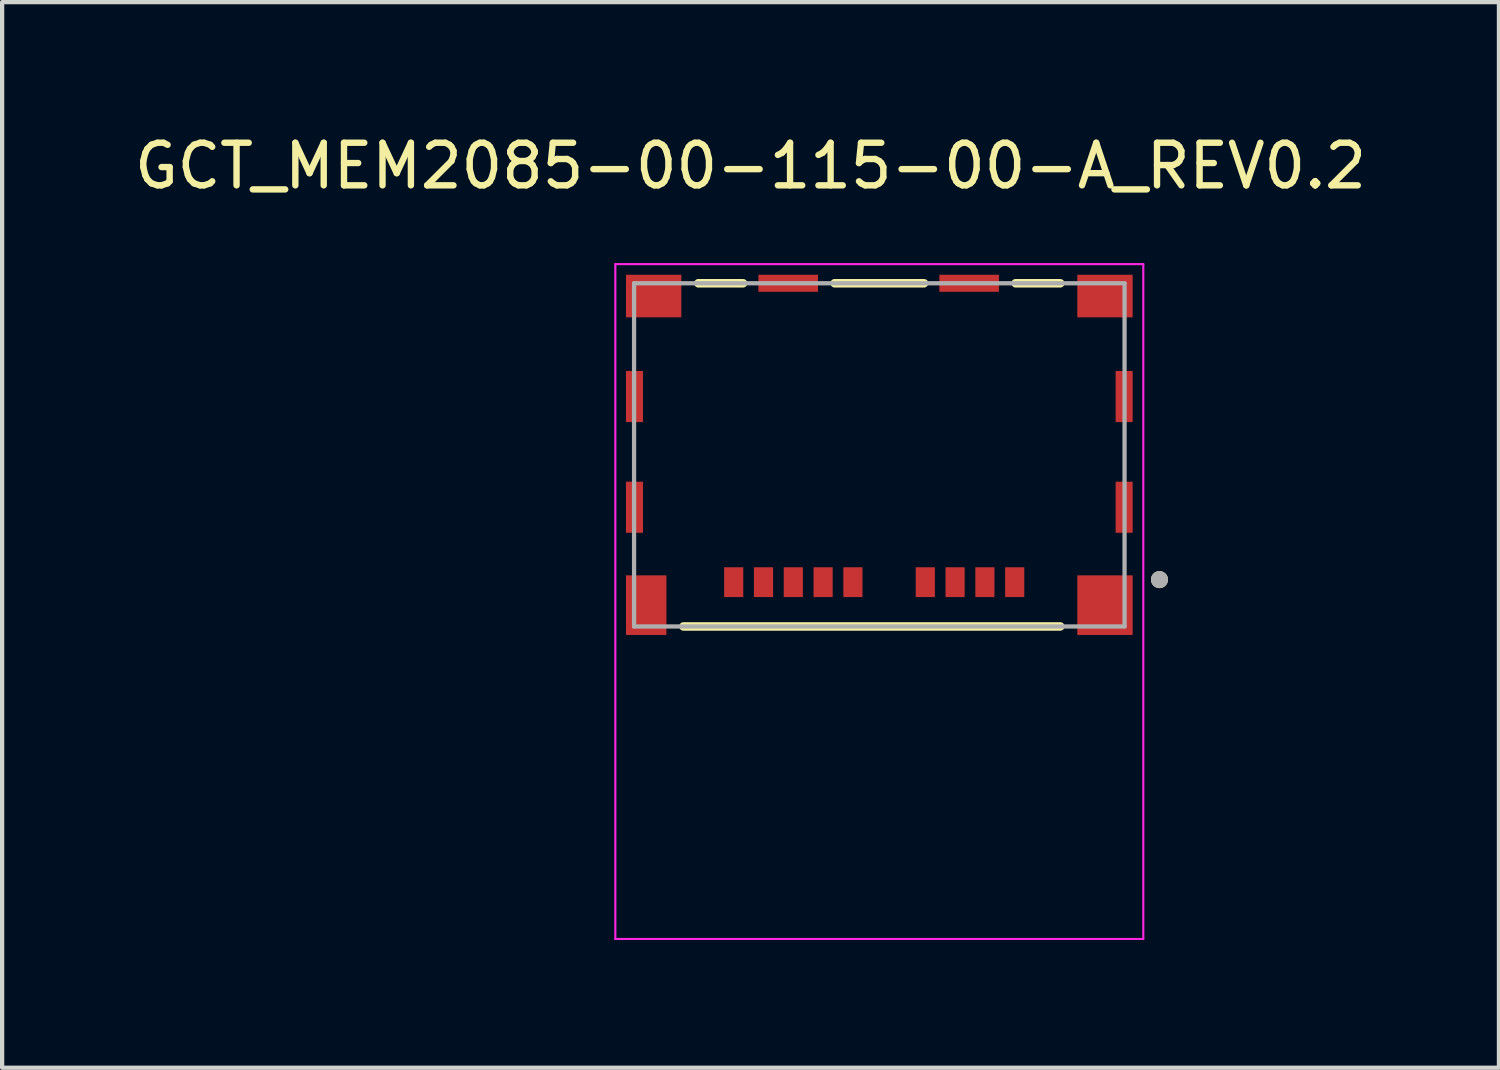
<source format=kicad_pcb>
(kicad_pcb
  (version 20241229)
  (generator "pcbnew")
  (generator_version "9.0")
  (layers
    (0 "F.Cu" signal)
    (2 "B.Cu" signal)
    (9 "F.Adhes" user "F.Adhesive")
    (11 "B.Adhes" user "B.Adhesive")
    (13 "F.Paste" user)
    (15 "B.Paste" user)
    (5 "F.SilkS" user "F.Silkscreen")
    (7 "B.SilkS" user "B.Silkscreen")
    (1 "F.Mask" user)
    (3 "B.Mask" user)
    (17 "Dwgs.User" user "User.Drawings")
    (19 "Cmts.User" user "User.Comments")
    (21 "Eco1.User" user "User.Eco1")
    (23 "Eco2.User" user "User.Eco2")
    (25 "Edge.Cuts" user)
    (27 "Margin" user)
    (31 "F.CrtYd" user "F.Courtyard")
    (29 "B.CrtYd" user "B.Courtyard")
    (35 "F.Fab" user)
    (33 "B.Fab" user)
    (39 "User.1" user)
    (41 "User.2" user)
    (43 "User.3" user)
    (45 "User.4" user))
  (footprint "GCT_MEM2085-00-115-00-A_REV0.2"
    (layer "F.Cu")
    (at 17.602 7.633)
    (property "Reference" "GCT_MEM2085-00-115-00-A_REV0.2" (at -3.025 -6.785 0) (layer "F.SilkS") (effects (font (size 1 1) (thickness 0.15))))
    (attr smd)
    (fp_line (start -4.6 4.03) (end 4.25 4.03) (stroke (width 0.2) (type solid)) (layer "F.SilkS"))
    (fp_line (start -4.25 -4.03) (end -3.2 -4.03) (stroke (width 0.2) (type solid)) (layer "F.SilkS"))
    (fp_line (start -1.05 -4.03) (end 1.05 -4.03) (stroke (width 0.2) (type solid)) (layer "F.SilkS"))
    (fp_line (start 3.2 -4.03) (end 4.25 -4.03) (stroke (width 0.2) (type solid)) (layer "F.SilkS"))
    (fp_circle (center 6.58 2.93) (end 6.68 2.93) (stroke (width 0.2) (type solid)) (fill no) (layer "F.SilkS"))
    (fp_line (start -6.2 -4.48) (end -6.2 11.37) (stroke (width 0.05) (type solid)) (layer "F.CrtYd"))
    (fp_line (start -6.2 11.37) (end 6.2 11.37) (stroke (width 0.05) (type solid)) (layer "F.CrtYd"))
    (fp_line (start 6.2 -4.48) (end -6.2 -4.48) (stroke (width 0.05) (type solid)) (layer "F.CrtYd"))
    (fp_line (start 6.2 11.37) (end 6.2 -4.48) (stroke (width 0.05) (type solid)) (layer "F.CrtYd"))
    (fp_line (start -5.76 -4.03) (end 5.76 -4.03) (stroke (width 0.1) (type solid)) (layer "F.Fab"))
    (fp_line (start -5.76 4.03) (end -5.76 -4.03) (stroke (width 0.1) (type solid)) (layer "F.Fab"))
    (fp_line (start 5.76 -4.03) (end 5.76 4.03) (stroke (width 0.1) (type solid)) (layer "F.Fab"))
    (fp_line (start 5.76 4.03) (end -5.76 4.03) (stroke (width 0.1) (type solid)) (layer "F.Fab"))
    (fp_circle (center 6.58 2.93) (end 6.68 2.93) (stroke (width 0.2) (type solid)) (fill no) (layer "F.Fab"))
    (pad "CD" smd rect (at -2.02 2.99) (size 0.45 0.7) (layers "F.Cu" "F.Mask" "F.Paste"))
    (pad "G1" smd rect (at -5.475 3.53) (size 0.95 1.4) (layers "F.Cu" "F.Mask" "F.Paste"))
    (pad "G2" smd rect (at 5.3 3.53) (size 1.3 1.4) (layers "F.Cu" "F.Mask" "F.Paste"))
    (pad "G3" smd rect (at 5.75 1.23) (size 0.4 1.2) (layers "F.Cu" "F.Mask" "F.Paste"))
    (pad "G4" smd rect (at 5.75 -1.37) (size 0.4 1.2) (layers "F.Cu" "F.Mask" "F.Paste"))
    (pad "G5" smd rect (at 5.3 -3.73) (size 1.3 1) (layers "F.Cu" "F.Mask" "F.Paste"))
    (pad "G6" smd rect (at 2.11 -4.03) (size 1.4 0.4) (layers "F.Cu" "F.Mask" "F.Paste"))
    (pad "G7" smd rect (at -2.14 -4.03) (size 1.4 0.4) (layers "F.Cu" "F.Mask" "F.Paste"))
    (pad "G8" smd rect (at -5.3 -3.73) (size 1.3 1) (layers "F.Cu" "F.Mask" "F.Paste"))
    (pad "G9" smd rect (at -5.75 -1.37) (size 0.4 1.2) (layers "F.Cu" "F.Mask" "F.Paste"))
    (pad "G10" smd rect (at -5.75 1.23) (size 0.4 1.2) (layers "F.Cu" "F.Mask" "F.Paste"))
    (pad "P1" smd rect (at 3.18 2.99) (size 0.45 0.7) (layers "F.Cu" "F.Mask" "F.Paste"))
    (pad "P2" smd rect (at 2.48 2.99) (size 0.45 0.7) (layers "F.Cu" "F.Mask" "F.Paste"))
    (pad "P3" smd rect (at 1.78 2.99) (size 0.45 0.7) (layers "F.Cu" "F.Mask" "F.Paste"))
    (pad "P4" smd rect (at 1.08 2.99) (size 0.45 0.7) (layers "F.Cu" "F.Mask" "F.Paste"))
    (pad "P5" smd rect (at -0.62 2.99) (size 0.45 0.7) (layers "F.Cu" "F.Mask" "F.Paste"))
    (pad "P6" smd rect (at -1.32 2.99) (size 0.45 0.7) (layers "F.Cu" "F.Mask" "F.Paste"))
    (pad "P7" smd rect (at -2.72 2.99) (size 0.45 0.7) (layers "F.Cu" "F.Mask" "F.Paste"))
    (pad "P8" smd rect (at -3.42 2.99) (size 0.45 0.7) (layers "F.Cu" "F.Mask" "F.Paste"))
    (zone (net_name "") (layer "F.Cu") (hatch full 0.508) (connect_pads) (min_thickness 0.01) (filled_areas_thickness no) (keepout (tracks not_allowed) (vias not_allowed) (pads not_allowed) (copperpour not_allowed) (footprints allowed)) (placement (enabled no)) (fill) (polygon (pts (xy 12.602 5.223) (xy 21.402 5.223) (xy 21.402 9.073) (xy 12.602 9.073))))
    (zone (net_name "") (layers "F.Cu" "B.Cu") (hatch full 0.508) (connect_pads) (min_thickness 0.01) (filled_areas_thickness no) (keepout (tracks allowed) (vias not_allowed) (pads allowed) (copperpour allowed) (footprints allowed)) (placement (enabled no)) (fill) (polygon (pts (xy 12.602 5.223) (xy 21.402 5.223) (xy 21.402 9.073) (xy 12.602 9.073)))))
  (gr_rect
    (start -3 -3)
    (end 32.155 22.028)
    (stroke (width 0.1) (type default))
    (fill no)
    (layer "Edge.Cuts")))
</source>
